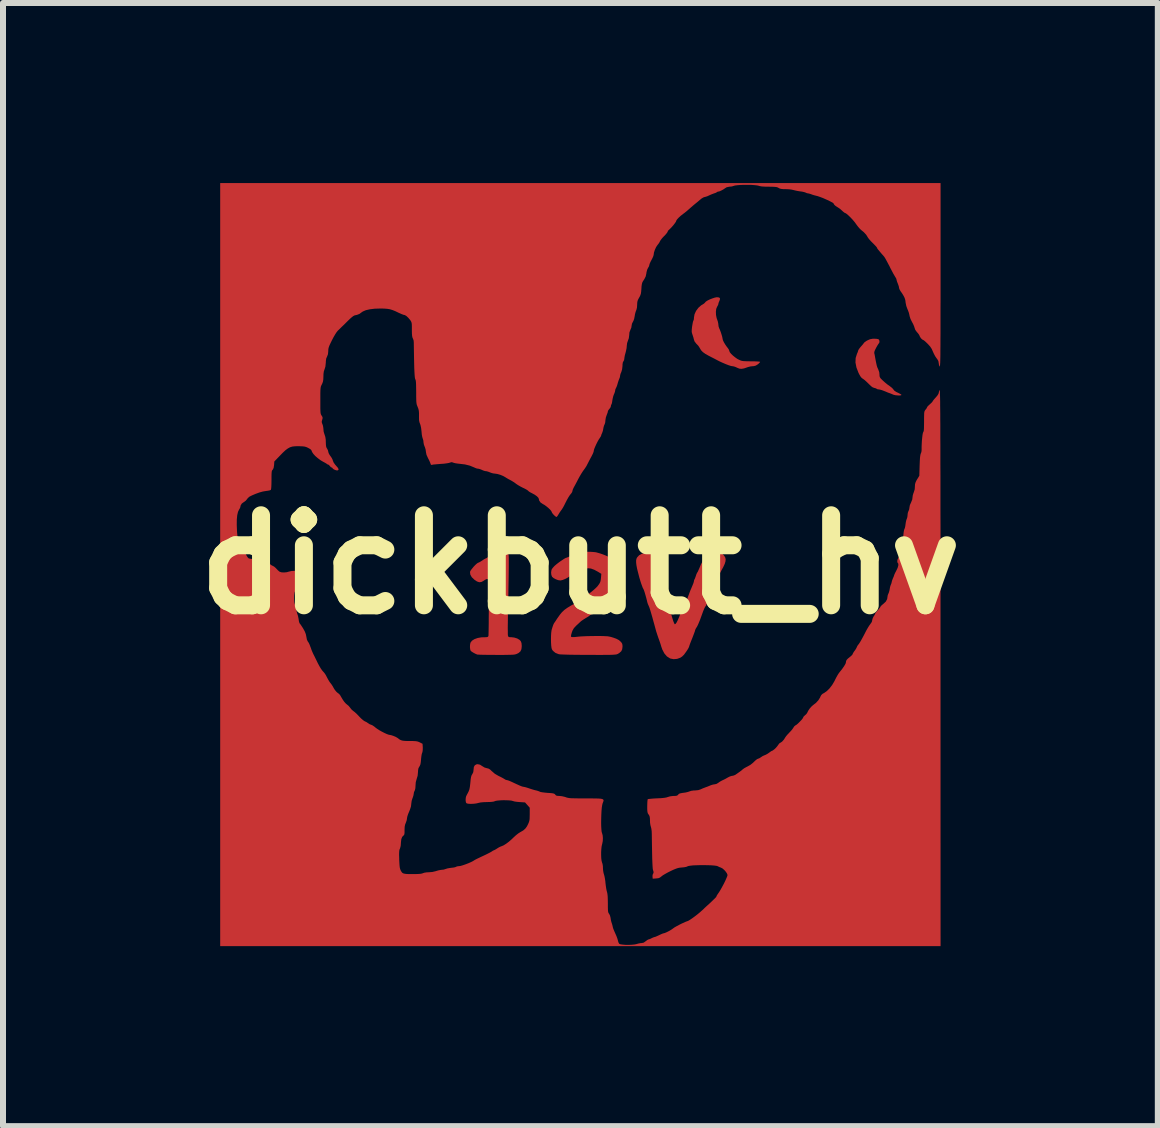
<source format=kicad_pcb>
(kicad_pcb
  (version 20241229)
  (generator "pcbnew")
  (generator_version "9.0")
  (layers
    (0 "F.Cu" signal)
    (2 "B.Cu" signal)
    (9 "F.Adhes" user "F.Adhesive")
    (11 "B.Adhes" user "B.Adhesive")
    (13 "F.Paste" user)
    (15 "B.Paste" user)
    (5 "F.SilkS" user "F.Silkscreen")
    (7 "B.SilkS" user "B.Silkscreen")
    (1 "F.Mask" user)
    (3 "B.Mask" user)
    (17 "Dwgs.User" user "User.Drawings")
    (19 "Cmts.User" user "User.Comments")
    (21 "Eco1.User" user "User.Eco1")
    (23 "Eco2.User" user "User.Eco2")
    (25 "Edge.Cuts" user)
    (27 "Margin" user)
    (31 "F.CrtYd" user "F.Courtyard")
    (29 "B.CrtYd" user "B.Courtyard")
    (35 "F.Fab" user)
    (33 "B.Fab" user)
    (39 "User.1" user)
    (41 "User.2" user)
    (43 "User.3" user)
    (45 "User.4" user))
  (footprint "dickbutt_hv"
    (layer "F.Cu")
    (at 6.621 6.358)
    (property "Reference" "dickbutt_hv" (at 0 0 0) (layer "F.SilkS") (effects (font (size 1.5 1.5) (thickness 0.3))))
    (attr board_only exclude_from_pos_files exclude_from_bom)
    (fp_poly (pts (xy 4.933 -3.762) (xy 4.961 -3.757) (xy 4.972 -3.752) (xy 4.982 -3.733) (xy 4.984 -3.709) (xy 4.978 -3.691) (xy 4.975 -3.688) (xy 4.966 -3.677) (xy 4.951 -3.653) (xy 4.932 -3.62) (xy 4.929 -3.614) (xy 4.908 -3.573) (xy 4.898 -3.544) (xy 4.897 -3.522) (xy 4.898 -3.52) (xy 4.904 -3.495) (xy 4.91 -3.46) (xy 4.913 -3.443) (xy 4.924 -3.385) (xy 4.933 -3.342) (xy 4.94 -3.311) (xy 4.948 -3.286) (xy 4.958 -3.265) (xy 4.962 -3.256) (xy 4.98 -3.206) (xy 4.984 -3.166) (xy 4.985 -3.141) (xy 4.991 -3.122) (xy 5.003 -3.103) (xy 5.026 -3.08) (xy 5.043 -3.064) (xy 5.08 -3.031) (xy 5.121 -2.998) (xy 5.155 -2.974) (xy 5.185 -2.951) (xy 5.208 -2.929) (xy 5.218 -2.915) (xy 5.234 -2.896) (xy 5.267 -2.875) (xy 5.289 -2.865) (xy 5.32 -2.849) (xy 5.342 -2.836) (xy 5.351 -2.827) (xy 5.342 -2.821) (xy 5.319 -2.818) (xy 5.287 -2.819) (xy 5.254 -2.822) (xy 5.225 -2.828) (xy 5.213 -2.832) (xy 5.181 -2.846) (xy 5.152 -2.857) (xy 5.126 -2.866) (xy 5.091 -2.881) (xy 5.061 -2.893) (xy 5.024 -2.907) (xy 4.991 -2.916) (xy 4.972 -2.919) (xy 4.95 -2.922) (xy 4.939 -2.928) (xy 4.926 -2.936) (xy 4.902 -2.943) (xy 4.897 -2.944) (xy 4.872 -2.953) (xy 4.844 -2.973) (xy 4.809 -3.007) (xy 4.801 -3.015) (xy 4.768 -3.047) (xy 4.737 -3.075) (xy 4.711 -3.094) (xy 4.706 -3.097) (xy 4.686 -3.112) (xy 4.666 -3.137) (xy 4.645 -3.174) (xy 4.634 -3.196) (xy 4.6 -3.285) (xy 4.584 -3.368) (xy 4.587 -3.442) (xy 4.608 -3.509) (xy 4.609 -3.512) (xy 4.621 -3.539) (xy 4.628 -3.561) (xy 4.628 -3.565) (xy 4.635 -3.58) (xy 4.651 -3.604) (xy 4.673 -3.631) (xy 4.698 -3.659) (xy 4.717 -3.683) (xy 4.727 -3.696) (xy 4.74 -3.709) (xy 4.765 -3.726) (xy 4.785 -3.737) (xy 4.826 -3.755) (xy 4.869 -3.763) (xy 4.897 -3.764)) (stroke (width 0) (type solid)) (fill yes) (layer "F.Cu"))
    (fp_poly (pts (xy 2.311 -4.451) (xy 2.326 -4.438) (xy 2.324 -4.413) (xy 2.315 -4.39) (xy 2.304 -4.364) (xy 2.299 -4.344) (xy 2.299 -4.342) (xy 2.294 -4.325) (xy 2.281 -4.301) (xy 2.279 -4.298) (xy 2.264 -4.262) (xy 2.258 -4.214) (xy 2.26 -4.161) (xy 2.27 -4.109) (xy 2.279 -4.084) (xy 2.291 -4.048) (xy 2.298 -4.013) (xy 2.299 -4.001) (xy 2.303 -3.968) (xy 2.313 -3.938) (xy 2.325 -3.912) (xy 2.339 -3.875) (xy 2.352 -3.835) (xy 2.363 -3.797) (xy 2.369 -3.768) (xy 2.37 -3.759) (xy 2.376 -3.737) (xy 2.392 -3.704) (xy 2.414 -3.667) (xy 2.439 -3.631) (xy 2.453 -3.613) (xy 2.471 -3.588) (xy 2.481 -3.564) (xy 2.482 -3.559) (xy 2.49 -3.539) (xy 2.511 -3.513) (xy 2.542 -3.483) (xy 2.579 -3.453) (xy 2.616 -3.427) (xy 2.646 -3.412) (xy 2.668 -3.402) (xy 2.69 -3.395) (xy 2.716 -3.391) (xy 2.749 -3.389) (xy 2.796 -3.388) (xy 2.844 -3.387) (xy 2.896 -3.387) (xy 2.941 -3.385) (xy 2.974 -3.383) (xy 2.992 -3.38) (xy 2.995 -3.379) (xy 2.99 -3.369) (xy 2.973 -3.351) (xy 2.958 -3.338) (xy 2.923 -3.316) (xy 2.89 -3.307) (xy 2.872 -3.306) (xy 2.835 -3.302) (xy 2.794 -3.292) (xy 2.78 -3.287) (xy 2.727 -3.269) (xy 2.686 -3.262) (xy 2.65 -3.265) (xy 2.615 -3.279) (xy 2.611 -3.281) (xy 2.577 -3.296) (xy 2.544 -3.305) (xy 2.532 -3.306) (xy 2.508 -3.31) (xy 2.471 -3.322) (xy 2.424 -3.34) (xy 2.372 -3.362) (xy 2.32 -3.386) (xy 2.273 -3.41) (xy 2.247 -3.424) (xy 2.208 -3.444) (xy 2.163 -3.467) (xy 2.138 -3.48) (xy 2.083 -3.511) (xy 2.042 -3.54) (xy 2.012 -3.571) (xy 1.988 -3.61) (xy 1.982 -3.621) (xy 1.967 -3.644) (xy 1.943 -3.67) (xy 1.935 -3.677) (xy 1.903 -3.718) (xy 1.892 -3.749) (xy 1.883 -3.785) (xy 1.87 -3.825) (xy 1.867 -3.834) (xy 1.859 -3.859) (xy 1.855 -3.883) (xy 1.856 -3.913) (xy 1.86 -3.954) (xy 1.862 -3.969) (xy 1.869 -4.01) (xy 1.875 -4.042) (xy 1.881 -4.062) (xy 1.883 -4.065) (xy 1.889 -4.077) (xy 1.892 -4.103) (xy 1.892 -4.113) (xy 1.902 -4.171) (xy 1.928 -4.228) (xy 1.967 -4.28) (xy 2.015 -4.322) (xy 2.036 -4.334) (xy 2.061 -4.35) (xy 2.077 -4.366) (xy 2.079 -4.369) (xy 2.092 -4.383) (xy 2.12 -4.401) (xy 2.157 -4.419) (xy 2.198 -4.435) (xy 2.237 -4.448) (xy 2.27 -4.455) (xy 2.278 -4.455)) (stroke (width 0) (type solid)) (fill yes) (layer "F.Cu"))
    (fp_poly (pts (xy -1.27 -0.23) (xy -1.225 -0.213) (xy -1.202 -0.193) (xy -1.2 -0.188) (xy -1.198 -0.178) (xy -1.196 -0.163) (xy -1.194 -0.141) (xy -1.193 -0.111) (xy -1.193 -0.071) (xy -1.193 -0.022) (xy -1.193 0.04) (xy -1.194 0.114) (xy -1.195 0.201) (xy -1.197 0.304) (xy -1.199 0.422) (xy -1.201 0.558) (xy -1.205 0.712) (xy -1.207 0.83) (xy -1.208 0.91) (xy -1.209 0.985) (xy -1.21 1.052) (xy -1.209 1.108) (xy -1.209 1.151) (xy -1.208 1.177) (xy -1.207 1.183) (xy -1.201 1.2) (xy -1.189 1.208) (xy -1.166 1.21) (xy -1.15 1.21) (xy -1.101 1.216) (xy -1.053 1.231) (xy -1.014 1.254) (xy -0.994 1.275) (xy -0.981 1.308) (xy -0.977 1.356) (xy -0.977 1.358) (xy -0.982 1.409) (xy -0.999 1.446) (xy -1.03 1.473) (xy -1.056 1.486) (xy -1.07 1.492) (xy -1.086 1.496) (xy -1.107 1.5) (xy -1.134 1.502) (xy -1.171 1.503) (xy -1.219 1.504) (xy -1.281 1.505) (xy -1.36 1.505) (xy -1.402 1.505) (xy -1.479 1.504) (xy -1.55 1.504) (xy -1.612 1.503) (xy -1.662 1.502) (xy -1.698 1.5) (xy -1.717 1.499) (xy -1.719 1.499) (xy -1.751 1.485) (xy -1.785 1.467) (xy -1.813 1.449) (xy -1.828 1.436) (xy -1.836 1.413) (xy -1.84 1.378) (xy -1.839 1.341) (xy -1.833 1.308) (xy -1.83 1.299) (xy -1.806 1.268) (xy -1.765 1.242) (xy -1.711 1.223) (xy -1.649 1.212) (xy -1.611 1.211) (xy -1.573 1.21) (xy -1.55 1.207) (xy -1.539 1.201) (xy -1.533 1.191) (xy -1.532 1.188) (xy -1.531 1.172) (xy -1.53 1.139) (xy -1.529 1.091) (xy -1.528 1.03) (xy -1.527 0.959) (xy -1.527 0.88) (xy -1.526 0.797) (xy -1.526 0.711) (xy -1.526 0.626) (xy -1.527 0.544) (xy -1.527 0.467) (xy -1.528 0.398) (xy -1.529 0.34) (xy -1.53 0.295) (xy -1.531 0.266) (xy -1.532 0.257) (xy -1.543 0.241) (xy -1.563 0.241) (xy -1.593 0.256) (xy -1.614 0.271) (xy -1.65 0.29) (xy -1.685 0.294) (xy -1.723 0.281) (xy -1.766 0.252) (xy -1.81 0.21) (xy -1.834 0.167) (xy -1.839 0.125) (xy -1.837 0.115) (xy -1.827 0.096) (xy -1.807 0.07) (xy -1.782 0.039) (xy -1.755 0.01) (xy -1.729 -0.014) (xy -1.71 -0.028) (xy -1.703 -0.031) (xy -1.689 -0.036) (xy -1.664 -0.05) (xy -1.639 -0.066) (xy -1.61 -0.085) (xy -1.588 -0.098) (xy -1.578 -0.102) (xy -1.565 -0.108) (xy -1.543 -0.123) (xy -1.519 -0.141) (xy -1.488 -0.164) (xy -1.459 -0.184) (xy -1.444 -0.194) (xy -1.382 -0.221) (xy -1.323 -0.233)) (stroke (width 0) (type solid)) (fill yes) (layer "F.Cu"))
    (fp_poly (pts (xy 2.319 -0.204) (xy 2.368 -0.177) (xy 2.396 -0.148) (xy 2.413 -0.12) (xy 2.421 -0.089) (xy 2.418 -0.054) (xy 2.405 -0.011) (xy 2.38 0.043) (xy 2.345 0.107) (xy 2.323 0.149) (xy 2.3 0.199) (xy 2.282 0.244) (xy 2.267 0.284) (xy 2.251 0.319) (xy 2.238 0.342) (xy 2.237 0.344) (xy 2.221 0.372) (xy 2.212 0.397) (xy 2.204 0.421) (xy 2.193 0.435) (xy 2.183 0.448) (xy 2.171 0.475) (xy 2.158 0.51) (xy 2.157 0.514) (xy 2.136 0.577) (xy 2.12 0.623) (xy 2.107 0.656) (xy 2.096 0.679) (xy 2.085 0.695) (xy 2.078 0.706) (xy 2.07 0.721) (xy 2.06 0.743) (xy 2.047 0.774) (xy 2.031 0.818) (xy 2.01 0.876) (xy 1.994 0.92) (xy 1.976 0.964) (xy 1.958 1.006) (xy 1.942 1.037) (xy 1.936 1.046) (xy 1.921 1.071) (xy 1.913 1.09) (xy 1.912 1.093) (xy 1.909 1.107) (xy 1.899 1.135) (xy 1.884 1.175) (xy 1.866 1.222) (xy 1.862 1.232) (xy 1.843 1.279) (xy 1.827 1.321) (xy 1.816 1.352) (xy 1.811 1.369) (xy 1.811 1.37) (xy 1.805 1.383) (xy 1.791 1.409) (xy 1.77 1.441) (xy 1.761 1.454) (xy 1.727 1.501) (xy 1.695 1.532) (xy 1.665 1.552) (xy 1.612 1.571) (xy 1.555 1.576) (xy 1.502 1.566) (xy 1.492 1.562) (xy 1.442 1.53) (xy 1.399 1.48) (xy 1.365 1.415) (xy 1.347 1.363) (xy 1.338 1.332) (xy 1.324 1.29) (xy 1.308 1.244) (xy 1.301 1.226) (xy 1.286 1.182) (xy 1.273 1.142) (xy 1.263 1.112) (xy 1.261 1.104) (xy 1.254 1.079) (xy 1.244 1.042) (xy 1.233 1.001) (xy 1.232 0.997) (xy 1.22 0.955) (xy 1.209 0.915) (xy 1.201 0.886) (xy 1.201 0.885) (xy 1.181 0.816) (xy 1.164 0.758) (xy 1.149 0.713) (xy 1.137 0.684) (xy 1.133 0.676) (xy 1.124 0.655) (xy 1.114 0.623) (xy 1.109 0.6) (xy 1.097 0.553) (xy 1.084 0.506) (xy 1.071 0.462) (xy 1.059 0.426) (xy 1.049 0.404) (xy 1.047 0.401) (xy 1.039 0.386) (xy 1.028 0.356) (xy 1.014 0.318) (xy 1 0.275) (xy 0.988 0.233) (xy 0.986 0.229) (xy 0.963 0.14) (xy 0.945 0.068) (xy 0.934 0.01) (xy 0.929 -0.035) (xy 0.929 -0.071) (xy 0.935 -0.098) (xy 0.945 -0.119) (xy 0.978 -0.155) (xy 1.02 -0.178) (xy 1.069 -0.191) (xy 1.119 -0.191) (xy 1.165 -0.18) (xy 1.205 -0.158) (xy 1.232 -0.123) (xy 1.232 -0.122) (xy 1.243 -0.095) (xy 1.254 -0.055) (xy 1.265 -0.012) (xy 1.267 -0.005) (xy 1.28 0.05) (xy 1.297 0.116) (xy 1.319 0.195) (xy 1.347 0.291) (xy 1.365 0.351) (xy 1.378 0.389) (xy 1.391 0.423) (xy 1.401 0.443) (xy 1.401 0.444) (xy 1.41 0.465) (xy 1.42 0.498) (xy 1.428 0.53) (xy 1.437 0.567) (xy 1.45 0.616) (xy 1.466 0.67) (xy 1.478 0.712) (xy 1.495 0.768) (xy 1.513 0.827) (xy 1.529 0.88) (xy 1.538 0.91) (xy 1.55 0.947) (xy 1.562 0.976) (xy 1.571 0.992) (xy 1.573 0.994) (xy 1.586 0.988) (xy 1.603 0.965) (xy 1.623 0.926) (xy 1.645 0.874) (xy 1.647 0.87) (xy 1.66 0.835) (xy 1.672 0.807) (xy 1.679 0.793) (xy 1.69 0.772) (xy 1.699 0.753) (xy 1.725 0.695) (xy 1.745 0.657) (xy 1.755 0.641) (xy 1.764 0.622) (xy 1.775 0.593) (xy 1.779 0.58) (xy 1.791 0.542) (xy 1.81 0.492) (xy 1.831 0.435) (xy 1.855 0.379) (xy 1.872 0.338) (xy 1.884 0.308) (xy 1.891 0.283) (xy 1.892 0.276) (xy 1.896 0.256) (xy 1.9 0.249) (xy 1.908 0.234) (xy 1.918 0.207) (xy 1.923 0.193) (xy 1.933 0.162) (xy 1.944 0.138) (xy 1.948 0.132) (xy 1.958 0.116) (xy 1.971 0.086) (xy 1.987 0.05) (xy 1.988 0.046) (xy 2.011 -0.008) (xy 2.035 -0.051) (xy 2.066 -0.091) (xy 2.105 -0.134) (xy 2.152 -0.175) (xy 2.194 -0.201) (xy 2.238 -0.212) (xy 2.261 -0.214)) (stroke (width 0) (type solid)) (fill yes) (layer "F.Cu"))
    (fp_poly (pts (xy 0.168 -0.213) (xy 0.215 -0.21) (xy 0.253 -0.206) (xy 0.268 -0.203) (xy 0.325 -0.187) (xy 0.372 -0.171) (xy 0.42 -0.152) (xy 0.453 -0.137) (xy 0.494 -0.117) (xy 0.536 -0.092) (xy 0.575 -0.066) (xy 0.608 -0.041) (xy 0.632 -0.02) (xy 0.641 -0.006) (xy 0.641 -0.006) (xy 0.645 0.01) (xy 0.656 0.036) (xy 0.663 0.051) (xy 0.674 0.077) (xy 0.68 0.103) (xy 0.683 0.137) (xy 0.684 0.184) (xy 0.684 0.199) (xy 0.677 0.3) (xy 0.657 0.387) (xy 0.624 0.459) (xy 0.581 0.516) (xy 0.562 0.539) (xy 0.55 0.558) (xy 0.549 0.562) (xy 0.541 0.581) (xy 0.516 0.606) (xy 0.479 0.638) (xy 0.43 0.672) (xy 0.409 0.686) (xy 0.376 0.707) (xy 0.349 0.723) (xy 0.333 0.732) (xy 0.331 0.732) (xy 0.32 0.738) (xy 0.296 0.752) (xy 0.265 0.771) (xy 0.232 0.793) (xy 0.201 0.814) (xy 0.177 0.831) (xy 0.167 0.839) (xy 0.146 0.855) (xy 0.115 0.876) (xy 0.085 0.894) (xy 0.05 0.916) (xy 0.018 0.938) (xy 0 0.953) (xy -0.021 0.973) (xy -0.05 1) (xy -0.073 1.021) (xy -0.108 1.059) (xy -0.132 1.101) (xy -0.142 1.129) (xy -0.154 1.171) (xy -0.157 1.196) (xy -0.154 1.203) (xy -0.138 1.208) (xy -0.105 1.208) (xy -0.053 1.203) (xy -0.047 1.202) (xy -0.005 1.198) (xy 0.051 1.195) (xy 0.118 1.192) (xy 0.189 1.191) (xy 0.256 1.19) (xy 0.327 1.19) (xy 0.382 1.191) (xy 0.423 1.193) (xy 0.457 1.195) (xy 0.484 1.2) (xy 0.511 1.206) (xy 0.54 1.215) (xy 0.545 1.216) (xy 0.6 1.236) (xy 0.64 1.257) (xy 0.665 1.278) (xy 0.687 1.302) (xy 0.698 1.323) (xy 0.702 1.352) (xy 0.702 1.366) (xy 0.697 1.41) (xy 0.682 1.443) (xy 0.651 1.471) (xy 0.631 1.484) (xy 0.622 1.489) (xy 0.612 1.493) (xy 0.599 1.497) (xy 0.582 1.499) (xy 0.559 1.501) (xy 0.527 1.503) (xy 0.485 1.504) (xy 0.431 1.504) (xy 0.362 1.505) (xy 0.278 1.505) (xy 0.176 1.504) (xy 0.137 1.504) (xy 0.024 1.504) (xy -0.077 1.503) (xy -0.166 1.502) (xy -0.24 1.5) (xy -0.298 1.498) (xy -0.338 1.496) (xy -0.36 1.493) (xy -0.361 1.493) (xy -0.416 1.471) (xy -0.457 1.437) (xy -0.474 1.412) (xy -0.481 1.388) (xy -0.486 1.348) (xy -0.489 1.298) (xy -0.49 1.243) (xy -0.489 1.187) (xy -0.486 1.137) (xy -0.481 1.098) (xy -0.479 1.088) (xy -0.465 1.042) (xy -0.451 1.002) (xy -0.438 0.975) (xy -0.435 0.971) (xy -0.426 0.959) (xy -0.409 0.934) (xy -0.388 0.901) (xy -0.38 0.89) (xy -0.342 0.836) (xy -0.306 0.792) (xy -0.266 0.755) (xy -0.219 0.721) (xy -0.16 0.685) (xy -0.122 0.664) (xy -0.055 0.627) (xy -0.007 0.595) (xy 0.022 0.57) (xy 0.03 0.56) (xy 0.043 0.543) (xy 0.052 0.539) (xy 0.071 0.533) (xy 0.1 0.515) (xy 0.136 0.49) (xy 0.177 0.459) (xy 0.217 0.426) (xy 0.253 0.394) (xy 0.282 0.365) (xy 0.293 0.351) (xy 0.318 0.316) (xy 0.332 0.288) (xy 0.339 0.257) (xy 0.343 0.223) (xy 0.349 0.154) (xy 0.294 0.12) (xy 0.231 0.086) (xy 0.177 0.066) (xy 0.131 0.061) (xy 0.08 0.068) (xy 0.019 0.086) (xy -0.047 0.115) (xy -0.112 0.151) (xy -0.17 0.19) (xy -0.209 0.216) (xy -0.252 0.239) (xy -0.295 0.256) (xy -0.329 0.264) (xy -0.336 0.264) (xy -0.371 0.259) (xy -0.41 0.244) (xy -0.446 0.225) (xy -0.47 0.204) (xy -0.472 0.202) (xy -0.484 0.171) (xy -0.488 0.131) (xy -0.482 0.093) (xy -0.477 0.078) (xy -0.463 0.058) (xy -0.44 0.032) (xy -0.428 0.02) (xy -0.406 0.001) (xy -0.375 -0.024) (xy -0.34 -0.05) (xy -0.304 -0.074) (xy -0.273 -0.095) (xy -0.25 -0.108) (xy -0.24 -0.112) (xy -0.228 -0.116) (xy -0.202 -0.126) (xy -0.17 -0.141) (xy -0.129 -0.159) (xy -0.087 -0.174) (xy -0.061 -0.183) (xy -0.028 -0.193) (xy 0.001 -0.202) (xy 0.008 -0.205) (xy 0.032 -0.209) (xy 0.071 -0.212) (xy 0.118 -0.213)) (stroke (width 0) (type solid)) (fill yes) (layer "F.Cu"))
    (fp_poly (pts (xy 6.002 -4.82) (xy 6.002 -4.611) (xy 6.002 -4.422) (xy 6.001 -4.252) (xy 6.001 -4.099) (xy 6.001 -3.963) (xy 6.001 -3.843) (xy 6 -3.737) (xy 6 -3.646) (xy 5.999 -3.567) (xy 5.999 -3.501) (xy 5.998 -3.446) (xy 5.997 -3.402) (xy 5.996 -3.366) (xy 5.994 -3.34) (xy 5.993 -3.321) (xy 5.992 -3.309) (xy 5.99 -3.302) (xy 5.988 -3.3) (xy 5.987 -3.301) (xy 5.976 -3.325) (xy 5.971 -3.356) (xy 5.971 -3.358) (xy 5.965 -3.392) (xy 5.946 -3.425) (xy 5.936 -3.437) (xy 5.914 -3.469) (xy 5.892 -3.51) (xy 5.875 -3.547) (xy 5.855 -3.593) (xy 5.828 -3.634) (xy 5.79 -3.676) (xy 5.786 -3.68) (xy 5.757 -3.708) (xy 5.732 -3.73) (xy 5.715 -3.742) (xy 5.712 -3.743) (xy 5.695 -3.752) (xy 5.675 -3.772) (xy 5.658 -3.798) (xy 5.651 -3.815) (xy 5.639 -3.837) (xy 5.618 -3.864) (xy 5.61 -3.871) (xy 5.581 -3.911) (xy 5.57 -3.942) (xy 5.56 -3.973) (xy 5.544 -4.01) (xy 5.527 -4.041) (xy 5.501 -4.093) (xy 5.485 -4.143) (xy 5.484 -4.153) (xy 5.474 -4.195) (xy 5.458 -4.239) (xy 5.45 -4.257) (xy 5.431 -4.309) (xy 5.419 -4.367) (xy 5.419 -4.372) (xy 5.414 -4.409) (xy 5.403 -4.444) (xy 5.385 -4.48) (xy 5.358 -4.524) (xy 5.335 -4.556) (xy 5.319 -4.584) (xy 5.31 -4.609) (xy 5.31 -4.613) (xy 5.306 -4.636) (xy 5.295 -4.668) (xy 5.29 -4.681) (xy 5.278 -4.711) (xy 5.27 -4.737) (xy 5.269 -4.744) (xy 5.264 -4.764) (xy 5.249 -4.79) (xy 5.246 -4.794) (xy 5.234 -4.815) (xy 5.214 -4.849) (xy 5.191 -4.893) (xy 5.164 -4.944) (xy 5.152 -4.969) (xy 5.125 -5.02) (xy 5.1 -5.067) (xy 5.079 -5.105) (xy 5.063 -5.13) (xy 5.057 -5.137) (xy 5.014 -5.186) (xy 4.983 -5.223) (xy 4.962 -5.248) (xy 4.949 -5.265) (xy 4.944 -5.275) (xy 4.944 -5.277) (xy 4.937 -5.289) (xy 4.918 -5.311) (xy 4.891 -5.339) (xy 4.872 -5.358) (xy 4.839 -5.391) (xy 4.811 -5.423) (xy 4.792 -5.448) (xy 4.787 -5.457) (xy 4.762 -5.497) (xy 4.722 -5.54) (xy 4.678 -5.576) (xy 4.655 -5.598) (xy 4.627 -5.63) (xy 4.599 -5.667) (xy 4.593 -5.676) (xy 4.567 -5.711) (xy 4.535 -5.749) (xy 4.5 -5.786) (xy 4.467 -5.818) (xy 4.438 -5.843) (xy 4.417 -5.857) (xy 4.41 -5.859) (xy 4.397 -5.866) (xy 4.376 -5.883) (xy 4.363 -5.895) (xy 4.332 -5.923) (xy 4.294 -5.95) (xy 4.282 -5.957) (xy 4.253 -5.976) (xy 4.232 -5.995) (xy 4.226 -6.004) (xy 4.221 -6.014) (xy 4.215 -6.022) (xy 4.205 -6.03) (xy 4.187 -6.04) (xy 4.158 -6.055) (xy 4.116 -6.075) (xy 4.089 -6.087) (xy 4.042 -6.108) (xy 3.994 -6.126) (xy 3.953 -6.14) (xy 3.937 -6.144) (xy 3.898 -6.154) (xy 3.862 -6.165) (xy 3.847 -6.171) (xy 3.82 -6.18) (xy 3.798 -6.185) (xy 3.796 -6.185) (xy 3.775 -6.189) (xy 3.753 -6.199) (xy 3.729 -6.207) (xy 3.693 -6.215) (xy 3.661 -6.219) (xy 3.618 -6.226) (xy 3.576 -6.235) (xy 3.552 -6.241) (xy 3.52 -6.248) (xy 3.477 -6.254) (xy 3.429 -6.256) (xy 3.423 -6.256) (xy 3.375 -6.257) (xy 3.341 -6.261) (xy 3.316 -6.269) (xy 3.304 -6.276) (xy 3.287 -6.285) (xy 3.267 -6.291) (xy 3.241 -6.294) (xy 3.203 -6.296) (xy 3.149 -6.297) (xy 3.14 -6.297) (xy 3.074 -6.298) (xy 3.024 -6.301) (xy 2.989 -6.307) (xy 2.974 -6.312) (xy 2.947 -6.318) (xy 2.904 -6.323) (xy 2.85 -6.327) (xy 2.79 -6.328) (xy 2.728 -6.328) (xy 2.669 -6.326) (xy 2.617 -6.322) (xy 2.578 -6.317) (xy 2.56 -6.312) (xy 2.524 -6.301) (xy 2.485 -6.297) (xy 2.483 -6.297) (xy 2.438 -6.288) (xy 2.414 -6.273) (xy 2.383 -6.252) (xy 2.348 -6.233) (xy 2.316 -6.219) (xy 2.295 -6.215) (xy 2.278 -6.21) (xy 2.274 -6.206) (xy 2.261 -6.197) (xy 2.241 -6.19) (xy 2.218 -6.182) (xy 2.184 -6.169) (xy 2.15 -6.154) (xy 2.115 -6.138) (xy 2.084 -6.128) (xy 2.066 -6.124) (xy 2.048 -6.117) (xy 2.021 -6.101) (xy 1.995 -6.08) (xy 1.96 -6.05) (xy 1.922 -6.019) (xy 1.901 -6.002) (xy 1.869 -5.975) (xy 1.831 -5.942) (xy 1.806 -5.92) (xy 1.772 -5.89) (xy 1.736 -5.861) (xy 1.714 -5.845) (xy 1.673 -5.813) (xy 1.638 -5.781) (xy 1.612 -5.753) (xy 1.598 -5.732) (xy 1.597 -5.726) (xy 1.591 -5.712) (xy 1.574 -5.687) (xy 1.55 -5.656) (xy 1.523 -5.625) (xy 1.497 -5.598) (xy 1.476 -5.578) (xy 1.473 -5.576) (xy 1.458 -5.56) (xy 1.455 -5.548) (xy 1.448 -5.535) (xy 1.43 -5.511) (xy 1.404 -5.482) (xy 1.394 -5.473) (xy 1.365 -5.442) (xy 1.342 -5.413) (xy 1.328 -5.392) (xy 1.327 -5.389) (xy 1.316 -5.367) (xy 1.297 -5.34) (xy 1.287 -5.328) (xy 1.262 -5.291) (xy 1.241 -5.245) (xy 1.226 -5.199) (xy 1.221 -5.162) (xy 1.216 -5.142) (xy 1.203 -5.111) (xy 1.185 -5.076) (xy 1.185 -5.076) (xy 1.167 -5.042) (xy 1.154 -5.012) (xy 1.149 -4.993) (xy 1.149 -4.993) (xy 1.144 -4.972) (xy 1.129 -4.946) (xy 1.128 -4.945) (xy 1.113 -4.914) (xy 1.102 -4.872) (xy 1.1 -4.855) (xy 1.089 -4.803) (xy 1.066 -4.757) (xy 1.058 -4.745) (xy 1.041 -4.719) (xy 1.03 -4.696) (xy 1.024 -4.67) (xy 1.019 -4.635) (xy 1.017 -4.598) (xy 1.013 -4.549) (xy 1.008 -4.515) (xy 0.999 -4.487) (xy 0.986 -4.46) (xy 0.978 -4.447) (xy 0.959 -4.411) (xy 0.949 -4.378) (xy 0.946 -4.339) (xy 0.946 -4.33) (xy 0.943 -4.284) (xy 0.934 -4.246) (xy 0.93 -4.237) (xy 0.92 -4.21) (xy 0.91 -4.172) (xy 0.905 -4.141) (xy 0.896 -4.095) (xy 0.883 -4.059) (xy 0.876 -4.047) (xy 0.86 -4.015) (xy 0.854 -3.983) (xy 0.849 -3.949) (xy 0.835 -3.916) (xy 0.834 -3.914) (xy 0.817 -3.867) (xy 0.814 -3.827) (xy 0.807 -3.772) (xy 0.793 -3.733) (xy 0.779 -3.692) (xy 0.773 -3.646) (xy 0.773 -3.645) (xy 0.77 -3.608) (xy 0.761 -3.563) (xy 0.753 -3.531) (xy 0.742 -3.492) (xy 0.735 -3.456) (xy 0.732 -3.433) (xy 0.728 -3.406) (xy 0.717 -3.388) (xy 0.717 -3.387) (xy 0.707 -3.368) (xy 0.702 -3.332) (xy 0.702 -3.312) (xy 0.695 -3.252) (xy 0.682 -3.209) (xy 0.669 -3.179) (xy 0.662 -3.151) (xy 0.662 -3.145) (xy 0.657 -3.119) (xy 0.647 -3.094) (xy 0.637 -3.068) (xy 0.625 -3.032) (xy 0.621 -3.017) (xy 0.611 -2.983) (xy 0.6 -2.955) (xy 0.595 -2.946) (xy 0.583 -2.92) (xy 0.58 -2.901) (xy 0.575 -2.877) (xy 0.564 -2.847) (xy 0.56 -2.839) (xy 0.548 -2.807) (xy 0.538 -2.766) (xy 0.533 -2.738) (xy 0.528 -2.704) (xy 0.522 -2.679) (xy 0.517 -2.669) (xy 0.51 -2.656) (xy 0.509 -2.641) (xy 0.501 -2.618) (xy 0.484 -2.595) (xy 0.483 -2.594) (xy 0.466 -2.573) (xy 0.458 -2.554) (xy 0.458 -2.553) (xy 0.454 -2.533) (xy 0.443 -2.504) (xy 0.438 -2.491) (xy 0.425 -2.453) (xy 0.418 -2.413) (xy 0.417 -2.403) (xy 0.414 -2.37) (xy 0.406 -2.342) (xy 0.403 -2.337) (xy 0.393 -2.313) (xy 0.384 -2.28) (xy 0.382 -2.266) (xy 0.375 -2.23) (xy 0.364 -2.198) (xy 0.361 -2.19) (xy 0.35 -2.166) (xy 0.346 -2.15) (xy 0.34 -2.135) (xy 0.326 -2.114) (xy 0.326 -2.113) (xy 0.308 -2.087) (xy 0.287 -2.05) (xy 0.266 -2.008) (xy 0.247 -1.966) (xy 0.232 -1.93) (xy 0.224 -1.904) (xy 0.224 -1.898) (xy 0.219 -1.876) (xy 0.206 -1.844) (xy 0.188 -1.809) (xy 0.188 -1.808) (xy 0.164 -1.764) (xy 0.139 -1.716) (xy 0.122 -1.683) (xy 0.101 -1.642) (xy 0.075 -1.602) (xy 0.058 -1.579) (xy 0.039 -1.552) (xy 0.014 -1.513) (xy -0.013 -1.467) (xy -0.035 -1.427) (xy -0.059 -1.38) (xy -0.082 -1.337) (xy -0.101 -1.302) (xy -0.112 -1.282) (xy -0.125 -1.254) (xy -0.132 -1.23) (xy -0.132 -1.226) (xy -0.139 -1.206) (xy -0.155 -1.182) (xy -0.157 -1.181) (xy -0.176 -1.157) (xy -0.199 -1.122) (xy -0.226 -1.074) (xy -0.259 -1.009) (xy -0.267 -0.992) (xy -0.287 -0.955) (xy -0.308 -0.921) (xy -0.322 -0.902) (xy -0.343 -0.872) (xy -0.364 -0.838) (xy -0.367 -0.833) (xy -0.382 -0.809) (xy -0.395 -0.795) (xy -0.398 -0.793) (xy -0.413 -0.801) (xy -0.434 -0.819) (xy -0.456 -0.842) (xy -0.472 -0.864) (xy -0.478 -0.878) (xy -0.486 -0.894) (xy -0.506 -0.918) (xy -0.535 -0.945) (xy -0.568 -0.972) (xy -0.601 -0.996) (xy -0.624 -1.008) (xy -0.664 -1.035) (xy -0.687 -1.068) (xy -0.692 -1.094) (xy -0.701 -1.114) (xy -0.724 -1.138) (xy -0.76 -1.164) (xy -0.802 -1.187) (xy -0.804 -1.188) (xy -0.835 -1.204) (xy -0.859 -1.219) (xy -0.868 -1.228) (xy -0.881 -1.239) (xy -0.907 -1.255) (xy -0.942 -1.273) (xy -0.954 -1.278) (xy -0.997 -1.3) (xy -1.038 -1.324) (xy -1.07 -1.345) (xy -1.072 -1.347) (xy -1.106 -1.372) (xy -1.147 -1.397) (xy -1.169 -1.409) (xy -1.205 -1.428) (xy -1.237 -1.447) (xy -1.252 -1.457) (xy -1.288 -1.477) (xy -1.334 -1.496) (xy -1.383 -1.51) (xy -1.423 -1.516) (xy -1.424 -1.516) (xy -1.456 -1.52) (xy -1.493 -1.531) (xy -1.504 -1.536) (xy -1.536 -1.548) (xy -1.565 -1.556) (xy -1.573 -1.556) (xy -1.598 -1.561) (xy -1.629 -1.572) (xy -1.638 -1.577) (xy -1.668 -1.589) (xy -1.695 -1.597) (xy -1.701 -1.597) (xy -1.725 -1.601) (xy -1.755 -1.612) (xy -1.765 -1.617) (xy -1.842 -1.649) (xy -1.923 -1.669) (xy -1.999 -1.678) (xy -2.044 -1.683) (xy -2.083 -1.689) (xy -2.112 -1.696) (xy -2.118 -1.699) (xy -2.143 -1.707) (xy -2.166 -1.702) (xy -2.174 -1.699) (xy -2.195 -1.693) (xy -2.232 -1.687) (xy -2.278 -1.681) (xy -2.324 -1.678) (xy -2.374 -1.674) (xy -2.418 -1.67) (xy -2.452 -1.667) (xy -2.469 -1.663) (xy -2.486 -1.661) (xy -2.495 -1.673) (xy -2.498 -1.685) (xy -2.507 -1.709) (xy -2.523 -1.743) (xy -2.54 -1.776) (xy -2.564 -1.829) (xy -2.573 -1.874) (xy -2.574 -1.881) (xy -2.579 -1.918) (xy -2.591 -1.957) (xy -2.594 -1.963) (xy -2.607 -1.998) (xy -2.614 -2.033) (xy -2.614 -2.04) (xy -2.618 -2.073) (xy -2.628 -2.103) (xy -2.628 -2.104) (xy -2.635 -2.127) (xy -2.642 -2.163) (xy -2.646 -2.206) (xy -2.647 -2.218) (xy -2.654 -2.278) (xy -2.665 -2.327) (xy -2.672 -2.346) (xy -2.682 -2.374) (xy -2.688 -2.406) (xy -2.689 -2.448) (xy -2.689 -2.477) (xy -2.689 -2.526) (xy -2.692 -2.562) (xy -2.699 -2.594) (xy -2.711 -2.626) (xy -2.72 -2.648) (xy -2.727 -2.668) (xy -2.731 -2.691) (xy -2.734 -2.72) (xy -2.735 -2.758) (xy -2.736 -2.809) (xy -2.736 -2.876) (xy -2.737 -2.948) (xy -2.738 -3.001) (xy -2.74 -3.04) (xy -2.743 -3.066) (xy -2.748 -3.083) (xy -2.751 -3.088) (xy -2.755 -3.1) (xy -2.759 -3.124) (xy -2.762 -3.16) (xy -2.765 -3.21) (xy -2.768 -3.275) (xy -2.77 -3.356) (xy -2.772 -3.454) (xy -2.774 -3.571) (xy -2.776 -3.701) (xy -2.779 -3.735) (xy -2.789 -3.764) (xy -2.792 -3.769) (xy -2.799 -3.786) (xy -2.804 -3.812) (xy -2.807 -3.851) (xy -2.808 -3.906) (xy -2.808 -3.914) (xy -2.808 -3.966) (xy -2.809 -4.002) (xy -2.812 -4.027) (xy -2.818 -4.045) (xy -2.827 -4.062) (xy -2.837 -4.076) (xy -2.868 -4.113) (xy -2.899 -4.142) (xy -2.926 -4.158) (xy -2.938 -4.16) (xy -2.955 -4.165) (xy -2.983 -4.176) (xy -3.019 -4.192) (xy -3.026 -4.195) (xy -3.084 -4.223) (xy -3.132 -4.242) (xy -3.175 -4.255) (xy -3.219 -4.262) (xy -3.272 -4.266) (xy -3.336 -4.267) (xy -3.429 -4.264) (xy -3.509 -4.254) (xy -3.575 -4.239) (xy -3.624 -4.218) (xy -3.645 -4.204) (xy -3.68 -4.178) (xy -3.72 -4.162) (xy -3.747 -4.156) (xy -3.766 -4.151) (xy -3.786 -4.14) (xy -3.81 -4.121) (xy -3.842 -4.093) (xy -3.884 -4.052) (xy -3.896 -4.04) (xy -3.937 -3.999) (xy -3.977 -3.961) (xy -4.01 -3.928) (xy -4.034 -3.905) (xy -4.04 -3.9) (xy -4.06 -3.876) (xy -4.085 -3.838) (xy -4.114 -3.788) (xy -4.138 -3.742) (xy -4.164 -3.689) (xy -4.182 -3.65) (xy -4.193 -3.62) (xy -4.199 -3.595) (xy -4.201 -3.57) (xy -4.201 -3.558) (xy -4.206 -3.506) (xy -4.221 -3.467) (xy -4.221 -3.466) (xy -4.235 -3.435) (xy -4.241 -3.393) (xy -4.242 -3.367) (xy -4.249 -3.299) (xy -4.262 -3.257) (xy -4.275 -3.219) (xy -4.281 -3.174) (xy -4.282 -3.131) (xy -4.284 -3.085) (xy -4.289 -3.051) (xy -4.299 -3.022) (xy -4.308 -3.003) (xy -4.316 -2.987) (xy -4.323 -2.971) (xy -4.327 -2.954) (xy -4.33 -2.931) (xy -4.332 -2.899) (xy -4.333 -2.857) (xy -4.333 -2.799) (xy -4.333 -2.733) (xy -4.333 -2.661) (xy -4.333 -2.605) (xy -4.332 -2.564) (xy -4.33 -2.535) (xy -4.327 -2.515) (xy -4.322 -2.5) (xy -4.316 -2.489) (xy -4.311 -2.482) (xy -4.298 -2.46) (xy -4.295 -2.442) (xy -4.301 -2.416) (xy -4.302 -2.413) (xy -4.31 -2.384) (xy -4.307 -2.361) (xy -4.299 -2.342) (xy -4.289 -2.312) (xy -4.283 -2.274) (xy -4.282 -2.26) (xy -4.278 -2.216) (xy -4.265 -2.173) (xy -4.262 -2.165) (xy -4.25 -2.127) (xy -4.243 -2.079) (xy -4.242 -2.04) (xy -4.24 -1.994) (xy -4.236 -1.964) (xy -4.228 -1.943) (xy -4.221 -1.933) (xy -4.207 -1.906) (xy -4.201 -1.881) (xy -4.195 -1.858) (xy -4.179 -1.828) (xy -4.166 -1.81) (xy -4.144 -1.778) (xy -4.128 -1.746) (xy -4.124 -1.731) (xy -4.111 -1.7) (xy -4.086 -1.665) (xy -4.073 -1.65) (xy -4.044 -1.617) (xy -4.03 -1.593) (xy -4.032 -1.578) (xy -4.044 -1.57) (xy -4.063 -1.57) (xy -4.088 -1.577) (xy -4.112 -1.589) (xy -4.128 -1.602) (xy -4.13 -1.607) (xy -4.138 -1.616) (xy -4.144 -1.617) (xy -4.159 -1.625) (xy -4.175 -1.643) (xy -4.191 -1.661) (xy -4.206 -1.668) (xy -4.221 -1.673) (xy -4.223 -1.676) (xy -4.233 -1.684) (xy -4.257 -1.698) (xy -4.287 -1.714) (xy -4.331 -1.74) (xy -4.376 -1.774) (xy -4.417 -1.809) (xy -4.449 -1.844) (xy -4.47 -1.875) (xy -4.474 -1.885) (xy -4.483 -1.907) (xy -4.5 -1.924) (xy -4.532 -1.942) (xy -4.537 -1.945) (xy -4.566 -1.958) (xy -4.592 -1.966) (xy -4.623 -1.97) (xy -4.664 -1.972) (xy -4.696 -1.973) (xy -4.752 -1.972) (xy -4.798 -1.967) (xy -4.838 -1.955) (xy -4.875 -1.935) (xy -4.914 -1.906) (xy -4.959 -1.864) (xy -5 -1.822) (xy -5.1 -1.718) (xy -5.104 -1.658) (xy -5.111 -1.614) (xy -5.122 -1.587) (xy -5.128 -1.581) (xy -5.135 -1.572) (xy -5.141 -1.56) (xy -5.144 -1.54) (xy -5.146 -1.511) (xy -5.147 -1.467) (xy -5.147 -1.409) (xy -5.148 -1.342) (xy -5.15 -1.295) (xy -5.153 -1.263) (xy -5.157 -1.247) (xy -5.16 -1.244) (xy -5.176 -1.237) (xy -5.206 -1.231) (xy -5.236 -1.227) (xy -5.29 -1.218) (xy -5.348 -1.202) (xy -5.414 -1.178) (xy -5.47 -1.154) (xy -5.514 -1.132) (xy -5.542 -1.108) (xy -5.553 -1.092) (xy -5.577 -1.064) (xy -5.606 -1.043) (xy -5.609 -1.041) (xy -5.642 -1.017) (xy -5.662 -0.983) (xy -5.666 -0.96) (xy -5.672 -0.942) (xy -5.686 -0.919) (xy -5.687 -0.917) (xy -5.705 -0.879) (xy -5.718 -0.823) (xy -5.725 -0.751) (xy -5.726 -0.663) (xy -5.722 -0.562) (xy -5.72 -0.532) (xy -5.715 -0.481) (xy -5.709 -0.446) (xy -5.702 -0.423) (xy -5.692 -0.407) (xy -5.69 -0.405) (xy -5.67 -0.379) (xy -5.651 -0.349) (xy -5.65 -0.348) (xy -5.636 -0.327) (xy -5.626 -0.316) (xy -5.624 -0.315) (xy -5.616 -0.306) (xy -5.605 -0.283) (xy -5.595 -0.25) (xy -5.589 -0.224) (xy -5.578 -0.185) (xy -5.561 -0.147) (xy -5.542 -0.118) (xy -5.526 -0.103) (xy -5.508 -0.099) (xy -5.476 -0.094) (xy -5.434 -0.091) (xy -5.412 -0.09) (xy -5.35 -0.085) (xy -5.309 -0.077) (xy -5.29 -0.069) (xy -5.261 -0.054) (xy -5.239 -0.046) (xy -5.215 -0.035) (xy -5.186 -0.017) (xy -5.178 -0.011) (xy -5.15 0.009) (xy -5.125 0.022) (xy -5.12 0.024) (xy -5.1 0.036) (xy -5.075 0.058) (xy -5.065 0.069) (xy -5.041 0.094) (xy -5.018 0.114) (xy -5.011 0.119) (xy -4.98 0.129) (xy -4.938 0.131) (xy -4.893 0.127) (xy -4.854 0.116) (xy -4.809 0.106) (xy -4.756 0.104) (xy -4.754 0.104) (xy -4.694 0.107) (xy -4.698 0.168) (xy -4.702 0.204) (xy -4.71 0.235) (xy -4.716 0.249) (xy -4.724 0.272) (xy -4.729 0.308) (xy -4.73 0.33) (xy -4.736 0.388) (xy -4.75 0.43) (xy -4.764 0.469) (xy -4.771 0.52) (xy -4.772 0.576) (xy -4.767 0.629) (xy -4.755 0.673) (xy -4.75 0.684) (xy -4.737 0.718) (xy -4.73 0.751) (xy -4.73 0.757) (xy -4.726 0.79) (xy -4.716 0.825) (xy -4.715 0.826) (xy -4.705 0.858) (xy -4.697 0.898) (xy -4.694 0.917) (xy -4.689 0.949) (xy -4.681 0.974) (xy -4.676 0.982) (xy -4.665 0.995) (xy -4.648 1.02) (xy -4.626 1.054) (xy -4.618 1.067) (xy -4.591 1.117) (xy -4.575 1.159) (xy -4.566 1.202) (xy -4.566 1.203) (xy -4.557 1.25) (xy -4.542 1.282) (xy -4.539 1.285) (xy -4.525 1.306) (xy -4.51 1.339) (xy -4.496 1.377) (xy -4.495 1.378) (xy -4.48 1.422) (xy -4.462 1.465) (xy -4.448 1.495) (xy -4.433 1.524) (xy -4.413 1.565) (xy -4.39 1.612) (xy -4.375 1.643) (xy -4.351 1.688) (xy -4.327 1.729) (xy -4.305 1.761) (xy -4.293 1.775) (xy -4.267 1.804) (xy -4.245 1.836) (xy -4.242 1.841) (xy -4.215 1.893) (xy -4.195 1.929) (xy -4.179 1.955) (xy -4.166 1.972) (xy -4.161 1.978) (xy -4.146 1.998) (xy -4.126 2.029) (xy -4.112 2.055) (xy -4.09 2.09) (xy -4.065 2.12) (xy -4.049 2.134) (xy -4.024 2.153) (xy -4.006 2.172) (xy -4.004 2.175) (xy -3.993 2.194) (xy -3.976 2.223) (xy -3.958 2.253) (xy -3.934 2.287) (xy -3.908 2.316) (xy -3.89 2.331) (xy -3.862 2.354) (xy -3.838 2.383) (xy -3.836 2.386) (xy -3.813 2.415) (xy -3.785 2.439) (xy -3.782 2.441) (xy -3.76 2.458) (xy -3.73 2.485) (xy -3.698 2.518) (xy -3.688 2.529) (xy -3.656 2.562) (xy -3.624 2.59) (xy -3.597 2.609) (xy -3.592 2.611) (xy -3.562 2.626) (xy -3.537 2.643) (xy -3.535 2.644) (xy -3.509 2.661) (xy -3.486 2.669) (xy -3.462 2.68) (xy -3.433 2.7) (xy -3.414 2.716) (xy -3.387 2.736) (xy -3.35 2.76) (xy -3.307 2.784) (xy -3.262 2.807) (xy -3.222 2.825) (xy -3.19 2.836) (xy -3.176 2.838) (xy -3.151 2.843) (xy -3.115 2.855) (xy -3.079 2.87) (xy -3.049 2.887) (xy -3.039 2.894) (xy -3.015 2.913) (xy -2.99 2.926) (xy -2.961 2.934) (xy -2.923 2.938) (xy -2.871 2.94) (xy -2.843 2.94) (xy -2.788 2.94) (xy -2.749 2.942) (xy -2.72 2.946) (xy -2.697 2.953) (xy -2.675 2.963) (xy -2.675 2.963) (xy -2.63 2.986) (xy -2.626 3.049) (xy -2.627 3.092) (xy -2.632 3.125) (xy -2.636 3.135) (xy -2.643 3.156) (xy -2.649 3.19) (xy -2.654 3.233) (xy -2.655 3.247) (xy -2.66 3.296) (xy -2.666 3.33) (xy -2.676 3.354) (xy -2.683 3.366) (xy -2.698 3.392) (xy -2.704 3.424) (xy -2.706 3.457) (xy -2.712 3.519) (xy -2.726 3.565) (xy -2.743 3.626) (xy -2.747 3.681) (xy -2.75 3.728) (xy -2.758 3.761) (xy -2.762 3.768) (xy -2.773 3.793) (xy -2.777 3.819) (xy -2.782 3.848) (xy -2.793 3.882) (xy -2.798 3.895) (xy -2.811 3.935) (xy -2.817 3.978) (xy -2.818 3.988) (xy -2.823 4.031) (xy -2.839 4.081) (xy -2.853 4.115) (xy -2.87 4.156) (xy -2.883 4.195) (xy -2.889 4.224) (xy -2.889 4.228) (xy -2.894 4.26) (xy -2.906 4.295) (xy -2.909 4.303) (xy -2.921 4.333) (xy -2.928 4.37) (xy -2.93 4.42) (xy -2.93 4.424) (xy -2.93 4.466) (xy -2.933 4.492) (xy -2.939 4.507) (xy -2.948 4.515) (xy -2.949 4.516) (xy -2.97 4.538) (xy -2.984 4.576) (xy -2.99 4.628) (xy -2.991 4.646) (xy -2.994 4.686) (xy -3.003 4.722) (xy -3.007 4.733) (xy -3.014 4.749) (xy -3.018 4.769) (xy -3.02 4.797) (xy -3.021 4.836) (xy -3.019 4.891) (xy -3.019 4.913) (xy -3.016 4.973) (xy -3.013 5.018) (xy -3.009 5.05) (xy -3.003 5.074) (xy -2.995 5.094) (xy -2.99 5.103) (xy -2.979 5.122) (xy -2.966 5.137) (xy -2.949 5.146) (xy -2.924 5.152) (xy -2.888 5.156) (xy -2.838 5.157) (xy -2.778 5.157) (xy -2.715 5.156) (xy -2.67 5.153) (xy -2.639 5.148) (xy -2.624 5.142) (xy -2.599 5.134) (xy -2.56 5.128) (xy -2.53 5.127) (xy -2.467 5.122) (xy -2.408 5.108) (xy -2.403 5.106) (xy -2.365 5.095) (xy -2.329 5.088) (xy -2.311 5.086) (xy -2.276 5.082) (xy -2.245 5.072) (xy -2.217 5.063) (xy -2.178 5.056) (xy -2.148 5.052) (xy -2.112 5.048) (xy -2.085 5.042) (xy -2.072 5.036) (xy -2.055 5.029) (xy -2.028 5.025) (xy -2.021 5.025) (xy -1.996 5.021) (xy -1.958 5.01) (xy -1.912 4.994) (xy -1.865 4.976) (xy -1.822 4.957) (xy -1.787 4.939) (xy -1.77 4.928) (xy -1.755 4.919) (xy -1.726 4.904) (xy -1.686 4.885) (xy -1.64 4.863) (xy -1.629 4.858) (xy -1.58 4.835) (xy -1.536 4.813) (xy -1.501 4.795) (xy -1.479 4.782) (xy -1.477 4.781) (xy -1.457 4.767) (xy -1.442 4.761) (xy -1.442 4.761) (xy -1.429 4.755) (xy -1.405 4.742) (xy -1.387 4.73) (xy -1.356 4.711) (xy -1.326 4.697) (xy -1.314 4.693) (xy -1.281 4.679) (xy -1.239 4.653) (xy -1.192 4.618) (xy -1.144 4.576) (xy -1.114 4.547) (xy -1.077 4.513) (xy -1.037 4.481) (xy -1.001 4.458) (xy -0.997 4.456) (xy -0.951 4.429) (xy -0.918 4.4) (xy -0.891 4.363) (xy -0.871 4.324) (xy -0.859 4.296) (xy -0.851 4.27) (xy -0.846 4.24) (xy -0.845 4.201) (xy -0.844 4.16) (xy -0.844 4.051) (xy -0.883 4.007) (xy -0.922 3.963) (xy -1.013 3.957) (xy -1.057 3.953) (xy -1.094 3.948) (xy -1.12 3.941) (xy -1.126 3.939) (xy -1.148 3.933) (xy -1.185 3.929) (xy -1.232 3.927) (xy -1.283 3.926) (xy -1.333 3.928) (xy -1.378 3.932) (xy -1.411 3.937) (xy -1.424 3.942) (xy -1.45 3.95) (xy -1.493 3.955) (xy -1.556 3.957) (xy -1.556 3.957) (xy -1.616 3.959) (xy -1.666 3.964) (xy -1.702 3.972) (xy -1.704 3.973) (xy -1.736 3.98) (xy -1.776 3.985) (xy -1.819 3.987) (xy -1.858 3.986) (xy -1.887 3.981) (xy -1.9 3.975) (xy -1.908 3.958) (xy -1.912 3.93) (xy -1.912 3.919) (xy -1.91 3.887) (xy -1.903 3.859) (xy -1.886 3.825) (xy -1.88 3.815) (xy -1.862 3.779) (xy -1.849 3.744) (xy -1.841 3.702) (xy -1.835 3.649) (xy -1.833 3.63) (xy -1.828 3.577) (xy -1.822 3.541) (xy -1.815 3.516) (xy -1.805 3.497) (xy -1.802 3.494) (xy -1.785 3.459) (xy -1.78 3.419) (xy -1.775 3.372) (xy -1.758 3.343) (xy -1.73 3.328) (xy -1.711 3.326) (xy -1.673 3.334) (xy -1.639 3.356) (xy -1.596 3.382) (xy -1.56 3.392) (xy -1.529 3.4) (xy -1.503 3.416) (xy -1.473 3.445) (xy -1.472 3.445) (xy -1.425 3.486) (xy -1.368 3.519) (xy -1.365 3.521) (xy -1.327 3.539) (xy -1.293 3.557) (xy -1.271 3.57) (xy -1.247 3.585) (xy -1.226 3.591) (xy -1.225 3.591) (xy -1.207 3.595) (xy -1.177 3.606) (xy -1.141 3.622) (xy -1.135 3.625) (xy -1.064 3.658) (xy -1.011 3.682) (xy -0.973 3.697) (xy -0.95 3.703) (xy -0.947 3.703) (xy -0.93 3.706) (xy -0.899 3.714) (xy -0.862 3.726) (xy -0.854 3.729) (xy -0.811 3.743) (xy -0.768 3.756) (xy -0.735 3.764) (xy -0.733 3.764) (xy -0.703 3.773) (xy -0.68 3.782) (xy -0.675 3.785) (xy -0.66 3.79) (xy -0.629 3.795) (xy -0.588 3.8) (xy -0.548 3.804) (xy -0.497 3.807) (xy -0.463 3.811) (xy -0.441 3.816) (xy -0.428 3.823) (xy -0.419 3.833) (xy -0.419 3.833) (xy -0.406 3.847) (xy -0.386 3.853) (xy -0.353 3.855) (xy -0.35 3.855) (xy -0.305 3.86) (xy -0.258 3.871) (xy -0.244 3.876) (xy -0.227 3.882) (xy -0.209 3.886) (xy -0.188 3.89) (xy -0.159 3.893) (xy -0.122 3.894) (xy -0.073 3.895) (xy -0.01 3.896) (xy 0.071 3.896) (xy 0.086 3.896) (xy 0.174 3.896) (xy 0.245 3.897) (xy 0.299 3.898) (xy 0.338 3.901) (xy 0.364 3.906) (xy 0.379 3.914) (xy 0.386 3.924) (xy 0.385 3.939) (xy 0.379 3.957) (xy 0.371 3.976) (xy 0.364 4.004) (xy 0.357 4.048) (xy 0.352 4.104) (xy 0.349 4.166) (xy 0.347 4.232) (xy 0.346 4.297) (xy 0.347 4.358) (xy 0.35 4.411) (xy 0.354 4.451) (xy 0.361 4.475) (xy 0.361 4.475) (xy 0.371 4.51) (xy 0.375 4.557) (xy 0.373 4.607) (xy 0.364 4.653) (xy 0.361 4.664) (xy 0.354 4.695) (xy 0.349 4.739) (xy 0.346 4.79) (xy 0.346 4.843) (xy 0.348 4.893) (xy 0.353 4.934) (xy 0.36 4.961) (xy 0.361 4.964) (xy 0.369 4.988) (xy 0.375 5.025) (xy 0.376 5.056) (xy 0.379 5.098) (xy 0.386 5.139) (xy 0.393 5.162) (xy 0.401 5.191) (xy 0.409 5.232) (xy 0.416 5.28) (xy 0.418 5.305) (xy 0.424 5.354) (xy 0.431 5.401) (xy 0.439 5.439) (xy 0.443 5.452) (xy 0.45 5.483) (xy 0.455 5.528) (xy 0.457 5.589) (xy 0.458 5.646) (xy 0.458 5.705) (xy 0.459 5.747) (xy 0.461 5.776) (xy 0.465 5.796) (xy 0.471 5.809) (xy 0.478 5.818) (xy 0.491 5.842) (xy 0.501 5.876) (xy 0.503 5.888) (xy 0.509 5.925) (xy 0.517 5.958) (xy 0.52 5.966) (xy 0.53 5.997) (xy 0.539 6.033) (xy 0.539 6.037) (xy 0.548 6.067) (xy 0.564 6.106) (xy 0.582 6.147) (xy 0.583 6.149) (xy 0.601 6.19) (xy 0.616 6.231) (xy 0.625 6.262) (xy 0.625 6.263) (xy 0.633 6.293) (xy 0.645 6.315) (xy 0.648 6.319) (xy 0.668 6.327) (xy 0.703 6.332) (xy 0.749 6.336) (xy 0.799 6.337) (xy 0.849 6.335) (xy 0.895 6.331) (xy 0.93 6.325) (xy 0.935 6.323) (xy 0.972 6.313) (xy 1.007 6.307) (xy 1.02 6.307) (xy 1.056 6.299) (xy 1.088 6.276) (xy 1.112 6.258) (xy 1.131 6.247) (xy 1.136 6.246) (xy 1.153 6.241) (xy 1.179 6.23) (xy 1.187 6.225) (xy 1.214 6.213) (xy 1.235 6.206) (xy 1.239 6.205) (xy 1.254 6.201) (xy 1.281 6.189) (xy 1.312 6.175) (xy 1.345 6.159) (xy 1.372 6.148) (xy 1.386 6.144) (xy 1.406 6.139) (xy 1.437 6.126) (xy 1.473 6.108) (xy 1.508 6.088) (xy 1.535 6.07) (xy 1.538 6.067) (xy 1.568 6.046) (xy 1.599 6.028) (xy 1.601 6.027) (xy 1.627 6.014) (xy 1.648 6.002) (xy 1.648 6.002) (xy 1.664 5.994) (xy 1.69 5.981) (xy 1.722 5.967) (xy 1.752 5.953) (xy 1.775 5.944) (xy 1.785 5.941) (xy 1.801 5.934) (xy 1.829 5.917) (xy 1.866 5.892) (xy 1.907 5.862) (xy 1.951 5.828) (xy 1.992 5.794) (xy 2.029 5.761) (xy 2.046 5.746) (xy 2.072 5.72) (xy 2.109 5.686) (xy 2.15 5.649) (xy 2.18 5.621) (xy 2.214 5.588) (xy 2.243 5.56) (xy 2.262 5.539) (xy 2.268 5.528) (xy 2.274 5.513) (xy 2.289 5.49) (xy 2.291 5.487) (xy 2.312 5.457) (xy 2.337 5.416) (xy 2.363 5.369) (xy 2.39 5.319) (xy 2.414 5.27) (xy 2.433 5.227) (xy 2.447 5.193) (xy 2.452 5.173) (xy 2.444 5.149) (xy 2.424 5.119) (xy 2.398 5.089) (xy 2.369 5.064) (xy 2.343 5.05) (xy 2.341 5.049) (xy 2.311 5.038) (xy 2.289 5.026) (xy 2.269 5.02) (xy 2.233 5.015) (xy 2.183 5.011) (xy 2.125 5.009) (xy 2.062 5.008) (xy 1.997 5.008) (xy 1.935 5.01) (xy 1.88 5.012) (xy 1.834 5.017) (xy 1.802 5.022) (xy 1.79 5.026) (xy 1.764 5.037) (xy 1.724 5.044) (xy 1.693 5.047) (xy 1.659 5.05) (xy 1.627 5.056) (xy 1.594 5.067) (xy 1.552 5.084) (xy 1.505 5.106) (xy 1.457 5.13) (xy 1.412 5.155) (xy 1.375 5.177) (xy 1.353 5.194) (xy 1.326 5.215) (xy 1.299 5.226) (xy 1.261 5.23) (xy 1.205 5.234) (xy 1.202 5.199) (xy 1.203 5.173) (xy 1.209 5.155) (xy 1.21 5.154) (xy 1.219 5.137) (xy 1.218 5.114) (xy 1.21 5.089) (xy 1.206 5.069) (xy 1.203 5.03) (xy 1.2 4.971) (xy 1.197 4.894) (xy 1.195 4.8) (xy 1.193 4.688) (xy 1.191 4.56) (xy 1.19 4.489) (xy 1.188 4.44) (xy 1.182 4.397) (xy 1.175 4.37) (xy 1.167 4.341) (xy 1.161 4.301) (xy 1.16 4.264) (xy 1.158 4.222) (xy 1.153 4.194) (xy 1.143 4.173) (xy 1.137 4.165) (xy 1.126 4.149) (xy 1.12 4.132) (xy 1.116 4.109) (xy 1.114 4.074) (xy 1.114 4.027) (xy 1.115 3.981) (xy 1.117 3.944) (xy 1.12 3.918) (xy 1.122 3.91) (xy 1.135 3.906) (xy 1.164 3.903) (xy 1.206 3.899) (xy 1.256 3.896) (xy 1.275 3.895) (xy 1.343 3.892) (xy 1.394 3.887) (xy 1.431 3.881) (xy 1.456 3.873) (xy 1.457 3.873) (xy 1.493 3.862) (xy 1.538 3.856) (xy 1.555 3.855) (xy 1.591 3.854) (xy 1.612 3.849) (xy 1.625 3.839) (xy 1.63 3.833) (xy 1.642 3.82) (xy 1.663 3.812) (xy 1.698 3.805) (xy 1.715 3.803) (xy 1.756 3.797) (xy 1.793 3.788) (xy 1.816 3.78) (xy 1.846 3.77) (xy 1.888 3.764) (xy 1.907 3.764) (xy 1.965 3.758) (xy 2.004 3.745) (xy 2.039 3.729) (xy 2.076 3.715) (xy 2.08 3.713) (xy 2.117 3.7) (xy 2.156 3.684) (xy 2.162 3.681) (xy 2.196 3.669) (xy 2.228 3.662) (xy 2.235 3.662) (xy 2.269 3.654) (xy 2.297 3.637) (xy 2.325 3.617) (xy 2.361 3.597) (xy 2.373 3.592) (xy 2.412 3.573) (xy 2.451 3.551) (xy 2.46 3.546) (xy 2.492 3.53) (xy 2.522 3.521) (xy 2.531 3.52) (xy 2.558 3.514) (xy 2.589 3.499) (xy 2.595 3.494) (xy 2.624 3.474) (xy 2.651 3.455) (xy 2.655 3.452) (xy 2.682 3.432) (xy 2.706 3.411) (xy 2.729 3.394) (xy 2.763 3.375) (xy 2.787 3.363) (xy 2.833 3.337) (xy 2.878 3.301) (xy 2.892 3.287) (xy 2.92 3.261) (xy 2.944 3.242) (xy 2.96 3.235) (xy 2.96 3.235) (xy 2.98 3.228) (xy 3.004 3.213) (xy 3.008 3.21) (xy 3.037 3.191) (xy 3.065 3.178) (xy 3.067 3.178) (xy 3.092 3.167) (xy 3.124 3.149) (xy 3.141 3.137) (xy 3.167 3.118) (xy 3.187 3.105) (xy 3.195 3.103) (xy 3.209 3.095) (xy 3.232 3.078) (xy 3.257 3.054) (xy 3.279 3.029) (xy 3.294 3.008) (xy 3.297 3.004) (xy 3.313 2.981) (xy 3.329 2.971) (xy 3.361 2.95) (xy 3.392 2.915) (xy 3.411 2.884) (xy 3.426 2.862) (xy 3.451 2.832) (xy 3.481 2.801) (xy 3.482 2.799) (xy 3.511 2.769) (xy 3.535 2.739) (xy 3.55 2.717) (xy 3.55 2.716) (xy 3.566 2.693) (xy 3.584 2.679) (xy 3.601 2.669) (xy 3.626 2.648) (xy 3.653 2.621) (xy 3.68 2.593) (xy 3.701 2.568) (xy 3.712 2.549) (xy 3.713 2.546) (xy 3.72 2.532) (xy 3.739 2.514) (xy 3.743 2.511) (xy 3.765 2.491) (xy 3.779 2.471) (xy 3.78 2.469) (xy 3.796 2.436) (xy 3.821 2.399) (xy 3.851 2.365) (xy 3.878 2.341) (xy 3.878 2.341) (xy 3.925 2.305) (xy 3.966 2.26) (xy 3.995 2.213) (xy 3.998 2.204) (xy 4.014 2.174) (xy 4.036 2.153) (xy 4.062 2.139) (xy 4.105 2.109) (xy 4.151 2.064) (xy 4.195 2.007) (xy 4.233 1.943) (xy 4.246 1.916) (xy 4.267 1.875) (xy 4.288 1.838) (xy 4.306 1.81) (xy 4.308 1.807) (xy 4.36 1.742) (xy 4.396 1.69) (xy 4.418 1.652) (xy 4.425 1.628) (xy 4.428 1.606) (xy 4.438 1.587) (xy 4.459 1.565) (xy 4.493 1.537) (xy 4.494 1.537) (xy 4.518 1.516) (xy 4.534 1.498) (xy 4.537 1.491) (xy 4.543 1.476) (xy 4.558 1.452) (xy 4.567 1.44) (xy 4.587 1.412) (xy 4.601 1.387) (xy 4.604 1.38) (xy 4.616 1.354) (xy 4.627 1.339) (xy 4.644 1.317) (xy 4.665 1.284) (xy 4.69 1.24) (xy 4.722 1.181) (xy 4.746 1.134) (xy 4.77 1.088) (xy 4.795 1.045) (xy 4.817 1.011) (xy 4.832 0.991) (xy 4.856 0.956) (xy 4.862 0.93) (xy 4.868 0.903) (xy 4.882 0.871) (xy 4.888 0.862) (xy 4.903 0.838) (xy 4.912 0.819) (xy 4.913 0.815) (xy 4.92 0.803) (xy 4.937 0.782) (xy 4.953 0.764) (xy 4.976 0.737) (xy 4.994 0.715) (xy 4.999 0.704) (xy 5.01 0.688) (xy 5.033 0.667) (xy 5.047 0.656) (xy 5.089 0.617) (xy 5.112 0.574) (xy 5.117 0.539) (xy 5.122 0.508) (xy 5.132 0.485) (xy 5.142 0.461) (xy 5.151 0.427) (xy 5.154 0.411) (xy 5.16 0.375) (xy 5.17 0.343) (xy 5.174 0.334) (xy 5.184 0.308) (xy 5.188 0.288) (xy 5.193 0.268) (xy 5.204 0.239) (xy 5.208 0.229) (xy 5.22 0.202) (xy 5.227 0.182) (xy 5.228 0.178) (xy 5.233 0.164) (xy 5.245 0.138) (xy 5.262 0.105) (xy 5.264 0.101) (xy 5.287 0.053) (xy 5.298 0.014) (xy 5.298 -0.014) (xy 5.29 -0.025) (xy 5.281 -0.041) (xy 5.281 -0.066) (xy 5.288 -0.093) (xy 5.295 -0.106) (xy 5.307 -0.131) (xy 5.31 -0.147) (xy 5.314 -0.17) (xy 5.326 -0.199) (xy 5.33 -0.209) (xy 5.345 -0.251) (xy 5.35 -0.305) (xy 5.351 -0.315) (xy 5.353 -0.358) (xy 5.359 -0.39) (xy 5.364 -0.402) (xy 5.372 -0.422) (xy 5.378 -0.455) (xy 5.383 -0.495) (xy 5.383 -0.501) (xy 5.387 -0.54) (xy 5.393 -0.573) (xy 5.399 -0.592) (xy 5.4 -0.593) (xy 5.407 -0.61) (xy 5.414 -0.641) (xy 5.418 -0.672) (xy 5.424 -0.711) (xy 5.432 -0.745) (xy 5.439 -0.762) (xy 5.448 -0.79) (xy 5.452 -0.824) (xy 5.452 -0.83) (xy 5.456 -0.861) (xy 5.465 -0.887) (xy 5.467 -0.891) (xy 5.477 -0.914) (xy 5.483 -0.945) (xy 5.483 -0.951) (xy 5.491 -0.993) (xy 5.509 -1.032) (xy 5.53 -1.085) (xy 5.534 -1.117) (xy 5.539 -1.155) (xy 5.551 -1.194) (xy 5.554 -1.2) (xy 5.571 -1.254) (xy 5.574 -1.3) (xy 5.576 -1.337) (xy 5.584 -1.367) (xy 5.599 -1.4) (xy 5.611 -1.42) (xy 5.648 -1.48) (xy 5.653 -1.653) (xy 5.656 -1.726) (xy 5.659 -1.78) (xy 5.664 -1.818) (xy 5.669 -1.842) (xy 5.672 -1.849) (xy 5.682 -1.875) (xy 5.686 -1.907) (xy 5.686 -1.91) (xy 5.686 -1.959) (xy 5.688 -2.012) (xy 5.691 -2.067) (xy 5.696 -2.117) (xy 5.701 -2.161) (xy 5.707 -2.192) (xy 5.713 -2.208) (xy 5.713 -2.209) (xy 5.719 -2.218) (xy 5.723 -2.237) (xy 5.725 -2.269) (xy 5.726 -2.317) (xy 5.727 -2.381) (xy 5.727 -2.386) (xy 5.727 -2.448) (xy 5.728 -2.492) (xy 5.729 -2.524) (xy 5.732 -2.545) (xy 5.737 -2.56) (xy 5.744 -2.572) (xy 5.752 -2.582) (xy 5.769 -2.604) (xy 5.777 -2.621) (xy 5.778 -2.623) (xy 5.785 -2.635) (xy 5.804 -2.654) (xy 5.824 -2.672) (xy 5.848 -2.694) (xy 5.865 -2.712) (xy 5.869 -2.72) (xy 5.876 -2.731) (xy 5.893 -2.753) (xy 5.917 -2.78) (xy 5.92 -2.783) (xy 5.948 -2.816) (xy 5.966 -2.844) (xy 5.971 -2.86) (xy 5.977 -2.887) (xy 5.986 -2.909) (xy 5.988 -2.909) (xy 5.989 -2.905) (xy 5.99 -2.896) (xy 5.991 -2.882) (xy 5.992 -2.862) (xy 5.992 -2.835) (xy 5.993 -2.802) (xy 5.994 -2.761) (xy 5.995 -2.712) (xy 5.995 -2.655) (xy 5.996 -2.589) (xy 5.997 -2.513) (xy 5.997 -2.428) (xy 5.998 -2.331) (xy 5.998 -2.224) (xy 5.998 -2.105) (xy 5.999 -1.974) (xy 5.999 -1.831) (xy 5.999 -1.674) (xy 6 -1.503) (xy 6 -1.319) (xy 6 -1.119) (xy 6 -0.905) (xy 6.001 -0.674) (xy 6.001 -0.428) (xy 6.001 -0.164) (xy 6.001 0.117) (xy 6.001 0.415) (xy 6.001 0.732) (xy 6.001 1.068) (xy 6.001 1.424) (xy 6.001 1.711) (xy 6.002 6.358) (xy 0 6.358) (xy -6.002 6.358) (xy -6.002 0) (xy -6.002 -6.358) (xy 0 -6.358) (xy 6.002 -6.358)) (stroke (width 0) (type solid)) (fill yes) (layer "F.Cu")))
  (gr_rect
    (start -3 -3)
    (end 16.243 15.715)
    (stroke (width 0.1) (type default))
    (fill no)
    (layer "Edge.Cuts")))
</source>
